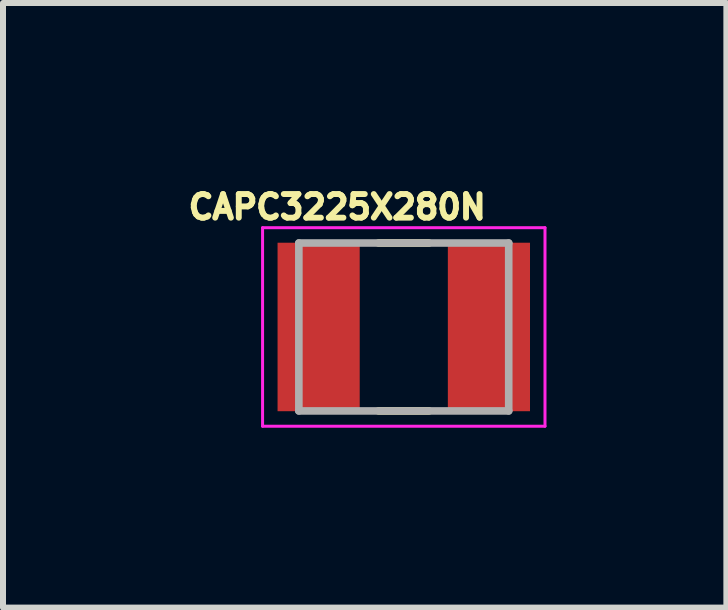
<source format=kicad_pcb>
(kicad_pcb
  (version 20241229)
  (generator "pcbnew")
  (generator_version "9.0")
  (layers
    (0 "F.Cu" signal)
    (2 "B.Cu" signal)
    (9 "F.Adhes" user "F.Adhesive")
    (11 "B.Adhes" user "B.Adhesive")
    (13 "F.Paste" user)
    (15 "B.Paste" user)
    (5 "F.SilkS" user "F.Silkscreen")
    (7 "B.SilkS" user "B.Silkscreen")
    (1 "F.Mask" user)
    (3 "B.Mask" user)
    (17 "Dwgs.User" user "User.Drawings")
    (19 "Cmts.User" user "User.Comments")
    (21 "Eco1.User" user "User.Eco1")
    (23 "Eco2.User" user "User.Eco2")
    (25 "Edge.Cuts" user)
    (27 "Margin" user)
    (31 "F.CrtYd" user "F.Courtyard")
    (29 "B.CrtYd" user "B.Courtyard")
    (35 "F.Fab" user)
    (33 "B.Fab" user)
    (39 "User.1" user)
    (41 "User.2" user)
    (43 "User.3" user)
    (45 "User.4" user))
  (footprint "CAPC3225X280N"
    (layer "F.Cu")
    (at 3.684 2.403)
    (property "Reference" "CAPC3225X280N" (at -1.11 -2 0) (layer "F.SilkS") (effects (font (size 0.394 0.394) (thickness 0.15))))
    (attr smd)
    (fp_line (start -0.42 -1.4) (end 0.42 -1.4) (stroke (width 0.127) (type solid)) (layer "F.SilkS"))
    (fp_line (start -0.42 1.4) (end 0.42 1.4) (stroke (width 0.127) (type solid)) (layer "F.SilkS"))
    (fp_line (start -2.355 -1.655) (end 2.355 -1.655) (stroke (width 0.05) (type solid)) (layer "F.CrtYd"))
    (fp_line (start -2.355 1.655) (end -2.355 -1.655) (stroke (width 0.05) (type solid)) (layer "F.CrtYd"))
    (fp_line (start -2.355 1.655) (end 2.355 1.655) (stroke (width 0.05) (type solid)) (layer "F.CrtYd"))
    (fp_line (start 2.355 1.655) (end 2.355 -1.655) (stroke (width 0.05) (type solid)) (layer "F.CrtYd"))
    (fp_line (start -1.75 1.4) (end -1.75 -1.4) (stroke (width 0.127) (type solid)) (layer "F.Fab"))
    (fp_line (start 1.75 -1.4) (end -1.75 -1.4) (stroke (width 0.127) (type solid)) (layer "F.Fab"))
    (fp_line (start 1.75 1.4) (end -1.75 1.4) (stroke (width 0.127) (type solid)) (layer "F.Fab"))
    (fp_line (start 1.75 1.4) (end 1.75 -1.4) (stroke (width 0.127) (type solid)) (layer "F.Fab"))
    (pad "1" smd rect (at -1.42 0) (size 1.37 2.81) (layers "F.Cu" "F.Mask" "F.Paste"))
    (pad "2" smd rect (at 1.42 0) (size 1.37 2.81) (layers "F.Cu" "F.Mask" "F.Paste")))
  (gr_rect
    (start -3 -3)
    (end 9.064 7.083)
    (stroke (width 0.1) (type default))
    (fill no)
    (layer "Edge.Cuts")))
</source>
